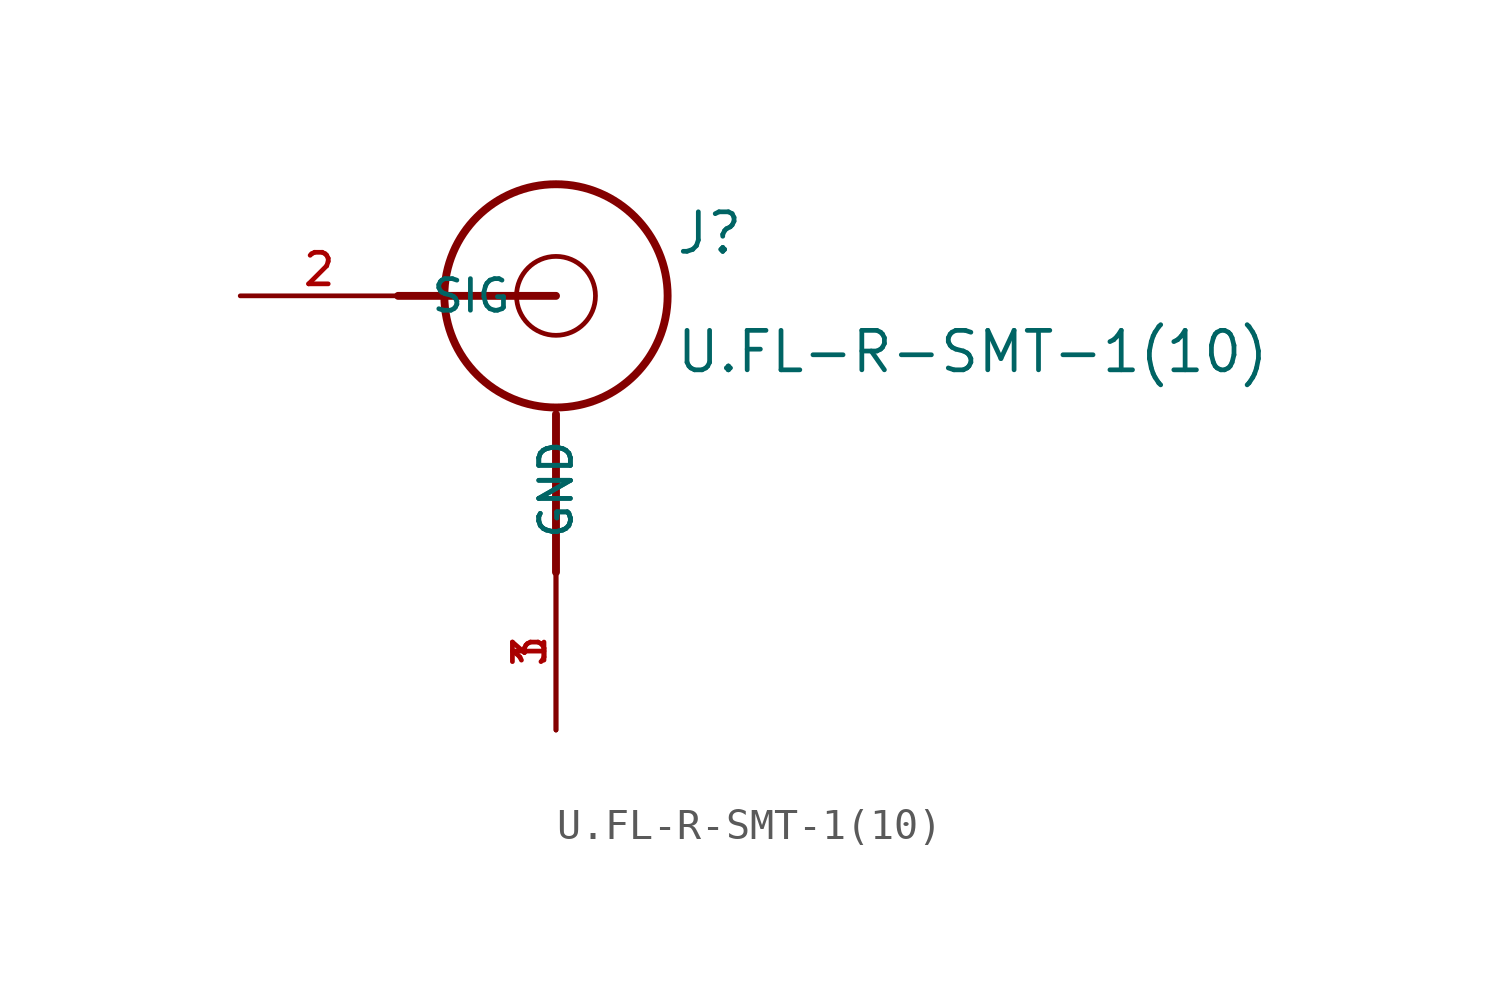
<source format=kicad_sym>
(kicad_symbol_lib
  (version 20211014)
  (generator kicad_symbol_editor)
  (symbol "U.FL-R-SMT-1(10)"
    (pin_names
      (offset 1.016))
    (property "Reference" "J"
      (at 3.814 1.271 0)
      (effects (font (size 1.27 1.27)) (justify bottom left)))
    (property "Value" "U.FL-R-SMT-1(10)"
      (at 3.814 -2.543 0)
      (effects (font (size 1.27 1.27)) (justify bottom left)))
    (symbol "U.FL-R-SMT-1(10)_0_0"
      (circle (center 0.0 0.0) (radius 3.592) (stroke (width 0.254)) (fill (type none)))
      (polyline (pts (xy 0.0 -3.81) (xy 0.0 -8.89)) (stroke (width 0.254)))
      (polyline (pts (xy 0.0 0.0) (xy -5.08 0.0)) (stroke (width 0.254)))
      (circle (center 0.0 0.0) (radius 1.27) (stroke (width 0.0)) (fill (type none)))
      (pin passive line (at 0.0 -13.97 90.0) (length 5.08) (name "GND" (effects (font (size 1.016 1.016)))) (number "1" (effects (font (size 1.016 1.016)))))
      (pin passive line (at 0.0 -13.97 90.0) (length 5.08) (name "GND" (effects (font (size 1.016 1.016)))) (number "3" (effects (font (size 1.016 1.016)))))
      (pin passive line (at -10.16 0.0 0) (length 5.08) (name "SIG" (effects (font (size 1.016 1.016)))) (number "2" (effects (font (size 1.016 1.016))))))))
</source>
